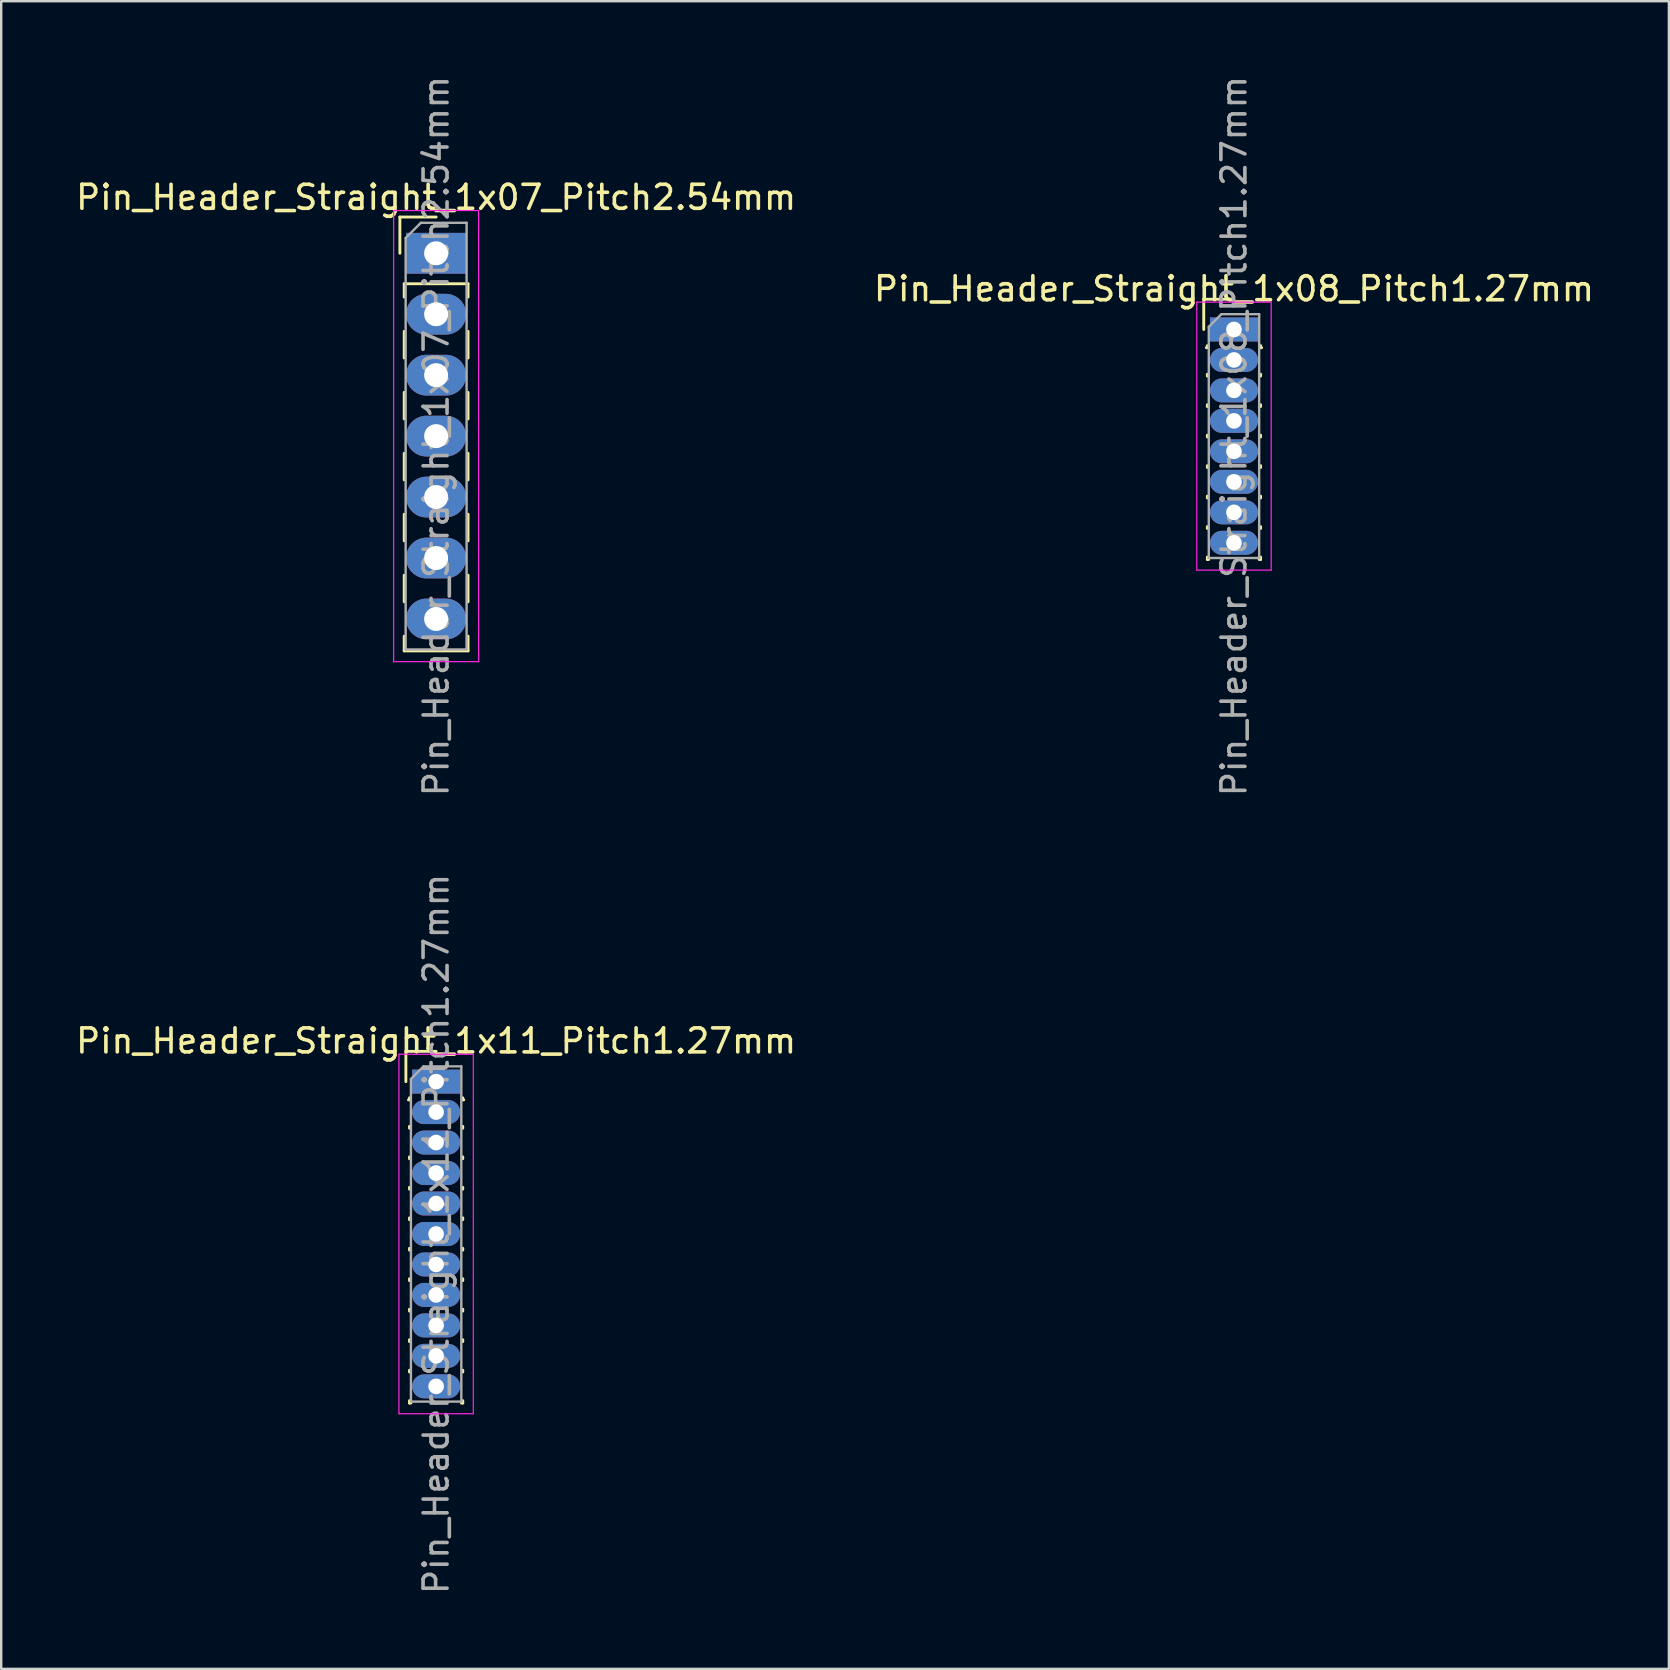
<source format=kicad_pcb>
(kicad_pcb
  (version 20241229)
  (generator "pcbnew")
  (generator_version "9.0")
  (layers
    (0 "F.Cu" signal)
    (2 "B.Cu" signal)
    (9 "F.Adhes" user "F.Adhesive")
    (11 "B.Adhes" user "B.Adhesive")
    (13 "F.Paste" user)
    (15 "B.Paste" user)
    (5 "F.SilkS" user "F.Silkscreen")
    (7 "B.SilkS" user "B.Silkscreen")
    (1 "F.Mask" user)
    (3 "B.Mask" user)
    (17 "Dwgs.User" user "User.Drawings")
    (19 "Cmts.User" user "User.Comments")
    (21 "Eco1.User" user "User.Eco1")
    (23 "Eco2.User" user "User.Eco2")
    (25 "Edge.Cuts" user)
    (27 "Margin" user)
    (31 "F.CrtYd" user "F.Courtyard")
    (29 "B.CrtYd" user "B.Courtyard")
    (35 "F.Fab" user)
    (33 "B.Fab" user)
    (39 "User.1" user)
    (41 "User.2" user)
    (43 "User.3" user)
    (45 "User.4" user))
  (footprint "Pin_Header_Straight_1x11_Pitch1.27mm"
    (layer "F.Cu")
    (at 15.125 42.025)
    (property "Reference" "Pin_Header_Straight_1x11_Pitch1.27mm" (at 0 -1.695 0) (layer "F.SilkS") (effects (font (size 1 1) (thickness 0.15))))
    (attr through_hole)
    (fp_line (start -1.26 -1.26) (end 0 -1.26) (stroke (width 0.12) (type solid)) (layer "F.SilkS"))
    (fp_line (start -1.26 0) (end -1.26 -1.26) (stroke (width 0.12) (type solid)) (layer "F.SilkS"))
    (fp_line (start -1.11 0.76) (end -1.152 0.76) (stroke (width 0.12) (type solid)) (layer "F.SilkS"))
    (fp_line (start -1.11 0.76) (end -1.11 0.674) (stroke (width 0.12) (type solid)) (layer "F.SilkS"))
    (fp_line (start -1.11 1.866) (end -1.11 1.944) (stroke (width 0.12) (type solid)) (layer "F.SilkS"))
    (fp_line (start -1.11 3.136) (end -1.11 3.214) (stroke (width 0.12) (type solid)) (layer "F.SilkS"))
    (fp_line (start -1.11 4.406) (end -1.11 4.484) (stroke (width 0.12) (type solid)) (layer "F.SilkS"))
    (fp_line (start -1.11 5.676) (end -1.11 5.754) (stroke (width 0.12) (type solid)) (layer "F.SilkS"))
    (fp_line (start -1.11 6.946) (end -1.11 7.024) (stroke (width 0.12) (type solid)) (layer "F.SilkS"))
    (fp_line (start -1.11 8.216) (end -1.11 8.294) (stroke (width 0.12) (type solid)) (layer "F.SilkS"))
    (fp_line (start -1.11 9.486) (end -1.11 9.564) (stroke (width 0.12) (type solid)) (layer "F.SilkS"))
    (fp_line (start -1.11 10.756) (end -1.11 10.834) (stroke (width 0.12) (type solid)) (layer "F.SilkS"))
    (fp_line (start -1.11 12.026) (end -1.11 12.104) (stroke (width 0.12) (type solid)) (layer "F.SilkS"))
    (fp_line (start -1.11 13.296) (end -1.11 13.395) (stroke (width 0.12) (type solid)) (layer "F.SilkS"))
    (fp_line (start -1.11 13.395) (end -1.051 13.395) (stroke (width 0.12) (type solid)) (layer "F.SilkS"))
    (fp_line (start 1.051 13.395) (end 1.11 13.395) (stroke (width 0.12) (type solid)) (layer "F.SilkS"))
    (fp_line (start 1.11 0.76) (end 1.11 0.674) (stroke (width 0.12) (type solid)) (layer "F.SilkS"))
    (fp_line (start 1.11 1.866) (end 1.11 1.944) (stroke (width 0.12) (type solid)) (layer "F.SilkS"))
    (fp_line (start 1.11 3.136) (end 1.11 3.214) (stroke (width 0.12) (type solid)) (layer "F.SilkS"))
    (fp_line (start 1.11 4.406) (end 1.11 4.484) (stroke (width 0.12) (type solid)) (layer "F.SilkS"))
    (fp_line (start 1.11 5.676) (end 1.11 5.754) (stroke (width 0.12) (type solid)) (layer "F.SilkS"))
    (fp_line (start 1.11 6.946) (end 1.11 7.024) (stroke (width 0.12) (type solid)) (layer "F.SilkS"))
    (fp_line (start 1.11 8.216) (end 1.11 8.294) (stroke (width 0.12) (type solid)) (layer "F.SilkS"))
    (fp_line (start 1.11 9.486) (end 1.11 9.564) (stroke (width 0.12) (type solid)) (layer "F.SilkS"))
    (fp_line (start 1.11 10.756) (end 1.11 10.834) (stroke (width 0.12) (type solid)) (layer "F.SilkS"))
    (fp_line (start 1.11 12.026) (end 1.11 12.104) (stroke (width 0.12) (type solid)) (layer "F.SilkS"))
    (fp_line (start 1.11 13.296) (end 1.11 13.395) (stroke (width 0.12) (type solid)) (layer "F.SilkS"))
    (fp_line (start 1.152 0.76) (end 1.11 0.76) (stroke (width 0.12) (type solid)) (layer "F.SilkS"))
    (fp_line (start -1.55 -1.14) (end -1.55 13.84) (stroke (width 0.05) (type solid)) (layer "F.CrtYd"))
    (fp_line (start -1.55 13.84) (end 1.55 13.84) (stroke (width 0.05) (type solid)) (layer "F.CrtYd"))
    (fp_line (start 1.55 -1.14) (end -1.55 -1.14) (stroke (width 0.05) (type solid)) (layer "F.CrtYd"))
    (fp_line (start 1.55 13.84) (end 1.55 -1.14) (stroke (width 0.05) (type solid)) (layer "F.CrtYd"))
    (fp_line (start -1.05 -0.11) (end -0.525 -0.635) (stroke (width 0.1) (type solid)) (layer "F.Fab"))
    (fp_line (start -1.05 13.335) (end -1.05 -0.11) (stroke (width 0.1) (type solid)) (layer "F.Fab"))
    (fp_line (start -0.525 -0.635) (end 1.05 -0.635) (stroke (width 0.1) (type solid)) (layer "F.Fab"))
    (fp_line (start 1.05 -0.635) (end 1.05 13.335) (stroke (width 0.1) (type solid)) (layer "F.Fab"))
    (fp_line (start 1.05 13.335) (end -1.05 13.335) (stroke (width 0.1) (type solid)) (layer "F.Fab"))
    (fp_text user "${REFERENCE}" (at 0 6.35 90) (layer "F.Fab") (effects (font (size 1 1) (thickness 0.15))))
    (pad "1" thru_hole rect (at 0 0) (size 2 1) (drill 0.65) (layers "*.Cu" "*.Mask"))
    (pad "2" thru_hole oval (at 0 1.27) (size 2 1) (drill 0.65) (layers "*.Cu" "*.Mask"))
    (pad "3" thru_hole oval (at 0 2.54) (size 2 1) (drill 0.65) (layers "*.Cu" "*.Mask"))
    (pad "4" thru_hole oval (at 0 3.81) (size 2 1) (drill 0.65) (layers "*.Cu" "*.Mask"))
    (pad "5" thru_hole oval (at 0 5.08) (size 2 1) (drill 0.65) (layers "*.Cu" "*.Mask"))
    (pad "6" thru_hole oval (at 0 6.35) (size 2 1) (drill 0.65) (layers "*.Cu" "*.Mask"))
    (pad "7" thru_hole oval (at 0 7.62) (size 2 1) (drill 0.65) (layers "*.Cu" "*.Mask"))
    (pad "8" thru_hole oval (at 0 8.89) (size 2 1) (drill 0.65) (layers "*.Cu" "*.Mask"))
    (pad "9" thru_hole oval (at 0 10.16) (size 2 1) (drill 0.65) (layers "*.Cu" "*.Mask"))
    (pad "10" thru_hole oval (at 0 11.43) (size 2 1) (drill 0.65) (layers "*.Cu" "*.Mask"))
    (pad "11" thru_hole oval (at 0 12.7) (size 2 1) (drill 0.65) (layers "*.Cu" "*.Mask")))
  (footprint "Pin_Header_Straight_1x08_Pitch1.27mm"
    (layer "F.Cu")
    (at 48.375 10.68)
    (property "Reference" "Pin_Header_Straight_1x08_Pitch1.27mm" (at 0 -1.695 0) (layer "F.SilkS") (effects (font (size 1 1) (thickness 0.15))))
    (attr through_hole)
    (fp_line (start -1.26 -1.26) (end 0 -1.26) (stroke (width 0.12) (type solid)) (layer "F.SilkS"))
    (fp_line (start -1.26 0) (end -1.26 -1.26) (stroke (width 0.12) (type solid)) (layer "F.SilkS"))
    (fp_line (start -1.11 0.76) (end -1.152 0.76) (stroke (width 0.12) (type solid)) (layer "F.SilkS"))
    (fp_line (start -1.11 0.76) (end -1.11 0.674) (stroke (width 0.12) (type solid)) (layer "F.SilkS"))
    (fp_line (start -1.11 1.866) (end -1.11 1.944) (stroke (width 0.12) (type solid)) (layer "F.SilkS"))
    (fp_line (start -1.11 3.136) (end -1.11 3.214) (stroke (width 0.12) (type solid)) (layer "F.SilkS"))
    (fp_line (start -1.11 4.406) (end -1.11 4.484) (stroke (width 0.12) (type solid)) (layer "F.SilkS"))
    (fp_line (start -1.11 5.676) (end -1.11 5.754) (stroke (width 0.12) (type solid)) (layer "F.SilkS"))
    (fp_line (start -1.11 6.946) (end -1.11 7.024) (stroke (width 0.12) (type solid)) (layer "F.SilkS"))
    (fp_line (start -1.11 8.216) (end -1.11 8.294) (stroke (width 0.12) (type solid)) (layer "F.SilkS"))
    (fp_line (start -1.11 9.486) (end -1.11 9.585) (stroke (width 0.12) (type solid)) (layer "F.SilkS"))
    (fp_line (start -1.11 9.585) (end -1.051 9.585) (stroke (width 0.12) (type solid)) (layer "F.SilkS"))
    (fp_line (start 1.051 9.585) (end 1.11 9.585) (stroke (width 0.12) (type solid)) (layer "F.SilkS"))
    (fp_line (start 1.11 0.76) (end 1.11 0.674) (stroke (width 0.12) (type solid)) (layer "F.SilkS"))
    (fp_line (start 1.11 1.866) (end 1.11 1.944) (stroke (width 0.12) (type solid)) (layer "F.SilkS"))
    (fp_line (start 1.11 3.136) (end 1.11 3.214) (stroke (width 0.12) (type solid)) (layer "F.SilkS"))
    (fp_line (start 1.11 4.406) (end 1.11 4.484) (stroke (width 0.12) (type solid)) (layer "F.SilkS"))
    (fp_line (start 1.11 5.676) (end 1.11 5.754) (stroke (width 0.12) (type solid)) (layer "F.SilkS"))
    (fp_line (start 1.11 6.946) (end 1.11 7.024) (stroke (width 0.12) (type solid)) (layer "F.SilkS"))
    (fp_line (start 1.11 8.216) (end 1.11 8.294) (stroke (width 0.12) (type solid)) (layer "F.SilkS"))
    (fp_line (start 1.11 9.486) (end 1.11 9.585) (stroke (width 0.12) (type solid)) (layer "F.SilkS"))
    (fp_line (start 1.152 0.76) (end 1.11 0.76) (stroke (width 0.12) (type solid)) (layer "F.SilkS"))
    (fp_line (start -1.55 -1.14) (end -1.55 10.03) (stroke (width 0.05) (type solid)) (layer "F.CrtYd"))
    (fp_line (start -1.55 10.03) (end 1.55 10.03) (stroke (width 0.05) (type solid)) (layer "F.CrtYd"))
    (fp_line (start 1.55 -1.14) (end -1.55 -1.14) (stroke (width 0.05) (type solid)) (layer "F.CrtYd"))
    (fp_line (start 1.55 10.03) (end 1.55 -1.14) (stroke (width 0.05) (type solid)) (layer "F.CrtYd"))
    (fp_line (start -1.05 -0.11) (end -0.525 -0.635) (stroke (width 0.1) (type solid)) (layer "F.Fab"))
    (fp_line (start -1.05 9.525) (end -1.05 -0.11) (stroke (width 0.1) (type solid)) (layer "F.Fab"))
    (fp_line (start -0.525 -0.635) (end 1.05 -0.635) (stroke (width 0.1) (type solid)) (layer "F.Fab"))
    (fp_line (start 1.05 -0.635) (end 1.05 9.525) (stroke (width 0.1) (type solid)) (layer "F.Fab"))
    (fp_line (start 1.05 9.525) (end -1.05 9.525) (stroke (width 0.1) (type solid)) (layer "F.Fab"))
    (fp_text user "${REFERENCE}" (at 0 4.445 90) (layer "F.Fab") (effects (font (size 1 1) (thickness 0.15))))
    (pad "1" thru_hole rect (at 0 0) (size 2 1) (drill 0.65) (layers "*.Cu" "*.Mask"))
    (pad "2" thru_hole oval (at 0 1.27) (size 2 1) (drill 0.65) (layers "*.Cu" "*.Mask"))
    (pad "3" thru_hole oval (at 0 2.54) (size 2 1) (drill 0.65) (layers "*.Cu" "*.Mask"))
    (pad "4" thru_hole oval (at 0 3.81) (size 2 1) (drill 0.65) (layers "*.Cu" "*.Mask"))
    (pad "5" thru_hole oval (at 0 5.08) (size 2 1) (drill 0.65) (layers "*.Cu" "*.Mask"))
    (pad "6" thru_hole oval (at 0 6.35) (size 2 1) (drill 0.65) (layers "*.Cu" "*.Mask"))
    (pad "7" thru_hole oval (at 0 7.62) (size 2 1) (drill 0.65) (layers "*.Cu" "*.Mask"))
    (pad "8" thru_hole oval (at 0 8.89) (size 2 1) (drill 0.65) (layers "*.Cu" "*.Mask")))
  (footprint "Pin_Header_Straight_1x07_Pitch2.54mm"
    (layer "F.Cu")
    (at 15.125 7.505)
    (property "Reference" "Pin_Header_Straight_1x07_Pitch2.54mm" (at 0 -2.33 0) (layer "F.SilkS") (effects (font (size 1 1) (thickness 0.15))))
    (attr through_hole)
    (fp_line (start -1.51 -1.51) (end 0 -1.51) (stroke (width 0.12) (type solid)) (layer "F.SilkS"))
    (fp_line (start -1.51 0) (end -1.51 -1.51) (stroke (width 0.12) (type solid)) (layer "F.SilkS"))
    (fp_line (start -1.33 1.27) (end -1.33 1.825) (stroke (width 0.12) (type solid)) (layer "F.SilkS"))
    (fp_line (start -1.33 1.27) (end 1.33 1.27) (stroke (width 0.12) (type solid)) (layer "F.SilkS"))
    (fp_line (start -1.33 3.255) (end -1.33 4.365) (stroke (width 0.12) (type solid)) (layer "F.SilkS"))
    (fp_line (start -1.33 5.795) (end -1.33 6.905) (stroke (width 0.12) (type solid)) (layer "F.SilkS"))
    (fp_line (start -1.33 8.335) (end -1.33 9.445) (stroke (width 0.12) (type solid)) (layer "F.SilkS"))
    (fp_line (start -1.33 10.875) (end -1.33 11.985) (stroke (width 0.12) (type solid)) (layer "F.SilkS"))
    (fp_line (start -1.33 13.415) (end -1.33 14.525) (stroke (width 0.12) (type solid)) (layer "F.SilkS"))
    (fp_line (start -1.33 15.955) (end -1.33 16.57) (stroke (width 0.12) (type solid)) (layer "F.SilkS"))
    (fp_line (start -1.33 16.57) (end 1.33 16.57) (stroke (width 0.12) (type solid)) (layer "F.SilkS"))
    (fp_line (start 1.33 1.27) (end 1.33 1.825) (stroke (width 0.12) (type solid)) (layer "F.SilkS"))
    (fp_line (start 1.33 3.255) (end 1.33 4.365) (stroke (width 0.12) (type solid)) (layer "F.SilkS"))
    (fp_line (start 1.33 5.795) (end 1.33 6.905) (stroke (width 0.12) (type solid)) (layer "F.SilkS"))
    (fp_line (start 1.33 8.335) (end 1.33 9.445) (stroke (width 0.12) (type solid)) (layer "F.SilkS"))
    (fp_line (start 1.33 10.875) (end 1.33 11.985) (stroke (width 0.12) (type solid)) (layer "F.SilkS"))
    (fp_line (start 1.33 13.415) (end 1.33 14.525) (stroke (width 0.12) (type solid)) (layer "F.SilkS"))
    (fp_line (start 1.33 15.955) (end 1.33 16.57) (stroke (width 0.12) (type solid)) (layer "F.SilkS"))
    (fp_line (start -1.77 -1.78) (end -1.77 17.02) (stroke (width 0.05) (type solid)) (layer "F.CrtYd"))
    (fp_line (start -1.77 17.02) (end 1.77 17.02) (stroke (width 0.05) (type solid)) (layer "F.CrtYd"))
    (fp_line (start 1.77 -1.78) (end -1.77 -1.78) (stroke (width 0.05) (type solid)) (layer "F.CrtYd"))
    (fp_line (start 1.77 17.02) (end 1.77 -1.78) (stroke (width 0.05) (type solid)) (layer "F.CrtYd"))
    (fp_line (start -1.27 -0.635) (end -0.635 -1.27) (stroke (width 0.1) (type solid)) (layer "F.Fab"))
    (fp_line (start -1.27 16.51) (end -1.27 -0.635) (stroke (width 0.1) (type solid)) (layer "F.Fab"))
    (fp_line (start -0.635 -1.27) (end 1.27 -1.27) (stroke (width 0.1) (type solid)) (layer "F.Fab"))
    (fp_line (start 1.27 -1.27) (end 1.27 16.51) (stroke (width 0.1) (type solid)) (layer "F.Fab"))
    (fp_line (start 1.27 16.51) (end -1.27 16.51) (stroke (width 0.1) (type solid)) (layer "F.Fab"))
    (fp_text user "${REFERENCE}" (at 0 7.62 90) (layer "F.Fab") (effects (font (size 1 1) (thickness 0.15))))
    (pad "1" thru_hole rect (at 0 0) (size 2.5 1.7) (drill 1) (layers "*.Cu" "*.Mask"))
    (pad "2" thru_hole oval (at 0 2.54) (size 2.5 1.7) (drill 1) (layers "*.Cu" "*.Mask"))
    (pad "3" thru_hole oval (at 0 5.08) (size 2.5 1.7) (drill 1) (layers "*.Cu" "*.Mask"))
    (pad "4" thru_hole oval (at 0 7.62) (size 2.5 1.7) (drill 1) (layers "*.Cu" "*.Mask"))
    (pad "5" thru_hole oval (at 0 10.16) (size 2.5 1.7) (drill 1) (layers "*.Cu" "*.Mask"))
    (pad "6" thru_hole oval (at 0 12.7) (size 2.5 1.7) (drill 1) (layers "*.Cu" "*.Mask"))
    (pad "7" thru_hole oval (at 0 15.24) (size 2.5 1.7) (drill 1) (layers "*.Cu" "*.Mask")))
  (gr_rect
    (start -3 -3)
    (end 66.5 66.5)
    (stroke (width 0.1) (type default))
    (fill no)
    (layer "Edge.Cuts")))
</source>
